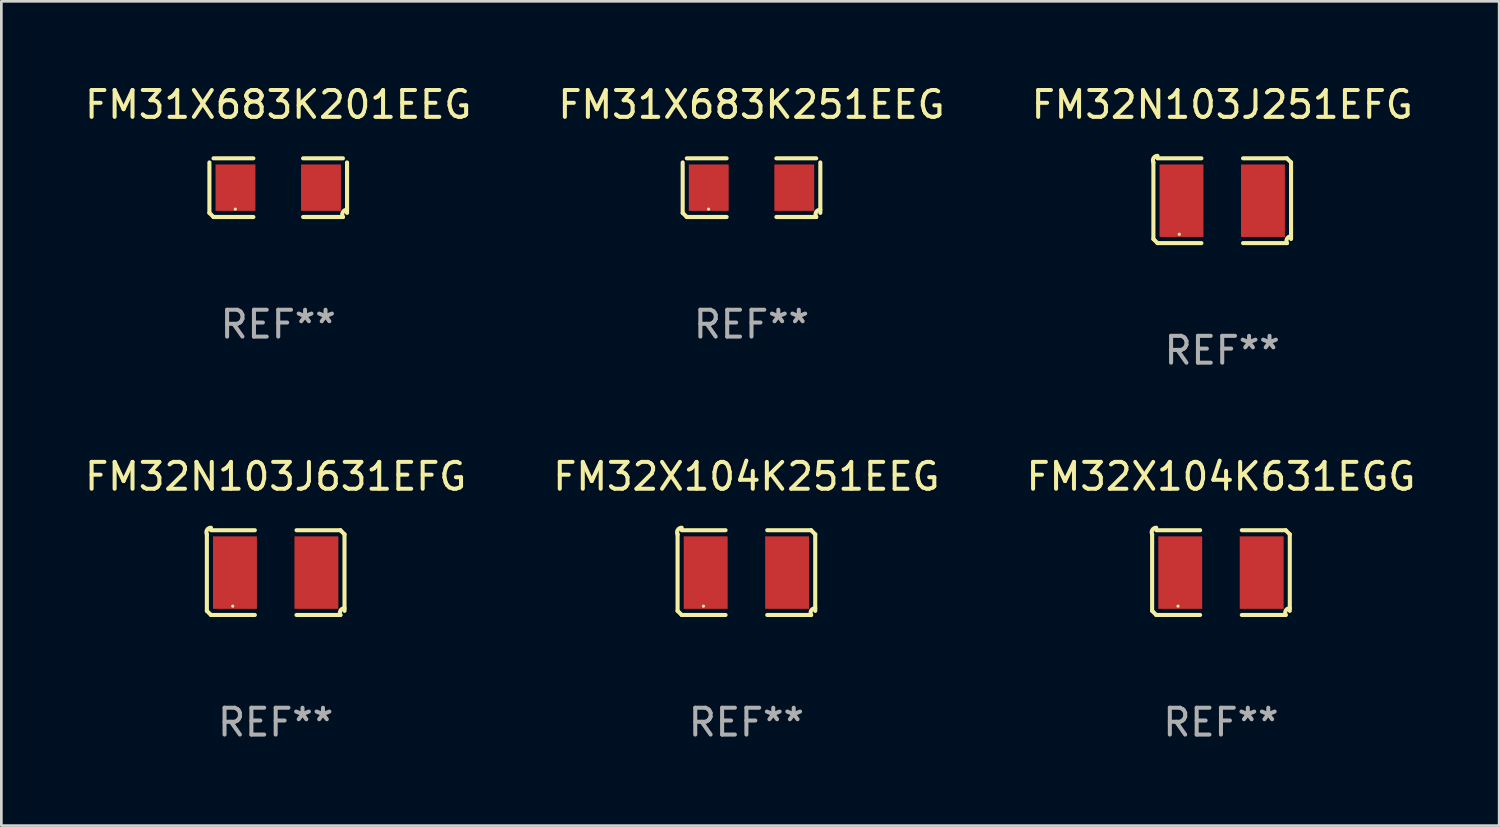
<source format=kicad_pcb>
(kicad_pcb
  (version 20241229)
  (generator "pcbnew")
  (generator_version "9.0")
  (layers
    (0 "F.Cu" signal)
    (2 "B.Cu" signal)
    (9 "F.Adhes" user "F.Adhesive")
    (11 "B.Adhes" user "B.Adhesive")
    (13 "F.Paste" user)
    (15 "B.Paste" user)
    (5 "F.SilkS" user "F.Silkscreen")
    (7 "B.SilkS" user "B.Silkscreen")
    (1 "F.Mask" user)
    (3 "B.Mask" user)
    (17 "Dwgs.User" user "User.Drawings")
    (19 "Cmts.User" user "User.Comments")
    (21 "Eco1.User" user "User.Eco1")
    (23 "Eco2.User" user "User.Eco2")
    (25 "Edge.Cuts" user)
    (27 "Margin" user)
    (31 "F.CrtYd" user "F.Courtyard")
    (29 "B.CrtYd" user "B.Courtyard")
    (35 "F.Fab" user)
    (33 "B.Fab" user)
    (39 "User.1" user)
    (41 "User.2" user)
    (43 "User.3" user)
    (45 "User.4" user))
  (footprint "FM31X683K201EEG"
    (layer "F.Cu")
    (at 7.315 3.941)
    (property "Reference" "FM31X683K201EEG" (at 0 -3.093 0) (layer "F.SilkS") (effects (font (size 1 1) (thickness 0.15))))
    (attr through_hole)
    (fp_line (start -2.564 0.94) (end -2.564 -0.94) (stroke (width 0.152) (type solid)) (layer "F.SilkS"))
    (fp_line (start -2.411 -1.093) (end -0.926 -1.093) (stroke (width 0.152) (type solid)) (layer "F.SilkS"))
    (fp_line (start -0.926 1.093) (end -2.411 1.093) (stroke (width 0.152) (type solid)) (layer "F.SilkS"))
    (fp_line (start 0.926 1.093) (end 2.411 1.093) (stroke (width 0.152) (type solid)) (layer "F.SilkS"))
    (fp_line (start 2.411 -1.093) (end 0.926 -1.093) (stroke (width 0.152) (type solid)) (layer "F.SilkS"))
    (fp_line (start 2.564 0.94) (end 2.564 -0.94) (stroke (width 0.152) (type solid)) (layer "F.SilkS"))
    (fp_arc (start -2.411201 1.092609) (mid -2.487413 1.01642) (end -2.563602 0.940208) (stroke (width 0.1524) (type solid)) (layer "F.SilkS"))
    (fp_arc (start 2.411201 1.092609) (mid 2.407159 0.911226) (end 2.563602 0.819347) (stroke (width 0.1524) (type solid)) (layer "F.SilkS"))
    (fp_circle (center -1.6 0.8) (end -1.57 0.8) (stroke (width 0.06) (type solid)) (fill no) (layer "F.SilkS"))
    (fp_text user "REF**" (at 0 5.093 0) (layer "F.Fab") (effects (font (size 1 1) (thickness 0.15))))
    (pad "1" smd rect (at -1.593 0) (size 1.485 1.728) (layers "F.Cu" "F.Mask" "F.Paste"))
    (pad "2" smd rect (at 1.593 0) (size 1.485 1.728) (layers "F.Cu" "F.Mask" "F.Paste")))
  (footprint "FM32X104K631EGG"
    (layer "F.Cu")
    (at 42.435 18.281)
    (property "Reference" "FM32X104K631EGG" (at 0 -3.579 0) (layer "F.SilkS") (effects (font (size 1 1) (thickness 0.15))))
    (attr through_hole)
    (fp_line (start -2.564 1.426) (end -2.564 -1.426) (stroke (width 0.152) (type solid)) (layer "F.SilkS"))
    (fp_line (start -2.411 -1.579) (end -0.776 -1.579) (stroke (width 0.152) (type solid)) (layer "F.SilkS"))
    (fp_line (start -0.776 1.579) (end -2.411 1.579) (stroke (width 0.152) (type solid)) (layer "F.SilkS"))
    (fp_line (start 0.776 1.579) (end 2.411 1.579) (stroke (width 0.152) (type solid)) (layer "F.SilkS"))
    (fp_line (start 2.411 -1.579) (end 0.776 -1.579) (stroke (width 0.152) (type solid)) (layer "F.SilkS"))
    (fp_line (start 2.564 1.426) (end 2.564 -1.426) (stroke (width 0.152) (type solid)) (layer "F.SilkS"))
    (fp_arc (start -2.563602 -1.426213) (mid -2.555597 -1.591233) (end -2.411201 -1.671518) (stroke (width 0.1524) (type solid)) (layer "F.SilkS"))
    (fp_arc (start -2.5636 1.426214) (mid -2.487389 1.502402) (end -2.411201 1.578613) (stroke (width 0.1524) (type solid)) (layer "F.SilkS"))
    (fp_arc (start 2.411197 -1.578618) (mid 2.487403 -1.502419) (end 2.563602 -1.426213) (stroke (width 0.1524) (type solid)) (layer "F.SilkS"))
    (fp_arc (start 2.411201 1.578613) (mid 2.416214 1.409455) (end 2.563602 1.32629) (stroke (width 0.1524) (type solid)) (layer "F.SilkS"))
    (fp_circle (center -1.6 1.25) (end -1.57 1.25) (stroke (width 0.06) (type solid)) (fill no) (layer "F.SilkS"))
    (fp_text user "REF**" (at 0 5.579 0) (layer "F.Fab") (effects (font (size 1 1) (thickness 0.15))))
    (pad "1" smd rect (at -1.517 0) (size 1.635 2.7) (layers "F.Cu" "F.Mask" "F.Paste"))
    (pad "2" smd rect (at 1.517 0) (size 1.635 2.7) (layers "F.Cu" "F.Mask" "F.Paste")))
  (footprint "FM32N103J631EFG"
    (layer "F.Cu")
    (at 7.22 18.281)
    (property "Reference" "FM32N103J631EFG" (at 0 -3.579 0) (layer "F.SilkS") (effects (font (size 1 1) (thickness 0.15))))
    (attr through_hole)
    (fp_line (start -2.564 1.426) (end -2.564 -1.426) (stroke (width 0.152) (type solid)) (layer "F.SilkS"))
    (fp_line (start -2.411 -1.579) (end -0.776 -1.579) (stroke (width 0.152) (type solid)) (layer "F.SilkS"))
    (fp_line (start -0.776 1.579) (end -2.411 1.579) (stroke (width 0.152) (type solid)) (layer "F.SilkS"))
    (fp_line (start 0.776 1.579) (end 2.411 1.579) (stroke (width 0.152) (type solid)) (layer "F.SilkS"))
    (fp_line (start 2.411 -1.579) (end 0.776 -1.579) (stroke (width 0.152) (type solid)) (layer "F.SilkS"))
    (fp_line (start 2.564 1.426) (end 2.564 -1.426) (stroke (width 0.152) (type solid)) (layer "F.SilkS"))
    (fp_arc (start -2.563602 -1.426213) (mid -2.555597 -1.591233) (end -2.411201 -1.671518) (stroke (width 0.1524) (type solid)) (layer "F.SilkS"))
    (fp_arc (start -2.5636 1.426214) (mid -2.487389 1.502402) (end -2.411201 1.578613) (stroke (width 0.1524) (type solid)) (layer "F.SilkS"))
    (fp_arc (start 2.411197 -1.578618) (mid 2.487403 -1.502419) (end 2.563602 -1.426213) (stroke (width 0.1524) (type solid)) (layer "F.SilkS"))
    (fp_arc (start 2.411201 1.578613) (mid 2.416214 1.409455) (end 2.563602 1.32629) (stroke (width 0.1524) (type solid)) (layer "F.SilkS"))
    (fp_circle (center -1.6 1.25) (end -1.57 1.25) (stroke (width 0.06) (type solid)) (fill no) (layer "F.SilkS"))
    (fp_text user "REF**" (at 0 5.579 0) (layer "F.Fab") (effects (font (size 1 1) (thickness 0.15))))
    (pad "1" smd rect (at -1.517 0) (size 1.635 2.7) (layers "F.Cu" "F.Mask" "F.Paste"))
    (pad "2" smd rect (at 1.517 0) (size 1.635 2.7) (layers "F.Cu" "F.Mask" "F.Paste")))
  (footprint "FM32N103J251EFG"
    (layer "F.Cu")
    (at 42.482 4.427)
    (property "Reference" "FM32N103J251EFG" (at 0 -3.579 0) (layer "F.SilkS") (effects (font (size 1 1) (thickness 0.15))))
    (attr through_hole)
    (fp_line (start -2.564 1.426) (end -2.564 -1.426) (stroke (width 0.152) (type solid)) (layer "F.SilkS"))
    (fp_line (start -2.411 -1.579) (end -0.776 -1.579) (stroke (width 0.152) (type solid)) (layer "F.SilkS"))
    (fp_line (start -0.776 1.579) (end -2.411 1.579) (stroke (width 0.152) (type solid)) (layer "F.SilkS"))
    (fp_line (start 0.776 1.579) (end 2.411 1.579) (stroke (width 0.152) (type solid)) (layer "F.SilkS"))
    (fp_line (start 2.411 -1.579) (end 0.776 -1.579) (stroke (width 0.152) (type solid)) (layer "F.SilkS"))
    (fp_line (start 2.564 1.426) (end 2.564 -1.426) (stroke (width 0.152) (type solid)) (layer "F.SilkS"))
    (fp_arc (start -2.563602 -1.426213) (mid -2.555597 -1.591233) (end -2.411201 -1.671518) (stroke (width 0.1524) (type solid)) (layer "F.SilkS"))
    (fp_arc (start -2.5636 1.426214) (mid -2.487389 1.502402) (end -2.411201 1.578613) (stroke (width 0.1524) (type solid)) (layer "F.SilkS"))
    (fp_arc (start 2.411197 -1.578618) (mid 2.487403 -1.502419) (end 2.563602 -1.426213) (stroke (width 0.1524) (type solid)) (layer "F.SilkS"))
    (fp_arc (start 2.411201 1.578613) (mid 2.416214 1.409455) (end 2.563602 1.32629) (stroke (width 0.1524) (type solid)) (layer "F.SilkS"))
    (fp_circle (center -1.6 1.25) (end -1.57 1.25) (stroke (width 0.06) (type solid)) (fill no) (layer "F.SilkS"))
    (fp_text user "REF**" (at 0 5.579 0) (layer "F.Fab") (effects (font (size 1 1) (thickness 0.15))))
    (pad "1" smd rect (at -1.517 0) (size 1.635 2.7) (layers "F.Cu" "F.Mask" "F.Paste"))
    (pad "2" smd rect (at 1.517 0) (size 1.635 2.7) (layers "F.Cu" "F.Mask" "F.Paste")))
  (footprint "FM31X683K251EEG"
    (layer "F.Cu")
    (at 24.946 3.941)
    (property "Reference" "FM31X683K251EEG" (at 0 -3.093 0) (layer "F.SilkS") (effects (font (size 1 1) (thickness 0.15))))
    (attr through_hole)
    (fp_line (start -2.564 0.94) (end -2.564 -0.94) (stroke (width 0.152) (type solid)) (layer "F.SilkS"))
    (fp_line (start -2.411 -1.093) (end -0.926 -1.093) (stroke (width 0.152) (type solid)) (layer "F.SilkS"))
    (fp_line (start -0.926 1.093) (end -2.411 1.093) (stroke (width 0.152) (type solid)) (layer "F.SilkS"))
    (fp_line (start 0.926 1.093) (end 2.411 1.093) (stroke (width 0.152) (type solid)) (layer "F.SilkS"))
    (fp_line (start 2.411 -1.093) (end 0.926 -1.093) (stroke (width 0.152) (type solid)) (layer "F.SilkS"))
    (fp_line (start 2.564 0.94) (end 2.564 -0.94) (stroke (width 0.152) (type solid)) (layer "F.SilkS"))
    (fp_arc (start -2.411201 1.092609) (mid -2.487413 1.01642) (end -2.563602 0.940208) (stroke (width 0.1524) (type solid)) (layer "F.SilkS"))
    (fp_arc (start 2.411201 1.092609) (mid 2.407159 0.911226) (end 2.563602 0.819347) (stroke (width 0.1524) (type solid)) (layer "F.SilkS"))
    (fp_circle (center -1.6 0.8) (end -1.57 0.8) (stroke (width 0.06) (type solid)) (fill no) (layer "F.SilkS"))
    (fp_text user "REF**" (at 0 5.093 0) (layer "F.Fab") (effects (font (size 1 1) (thickness 0.15))))
    (pad "1" smd rect (at -1.593 0) (size 1.485 1.728) (layers "F.Cu" "F.Mask" "F.Paste"))
    (pad "2" smd rect (at 1.593 0) (size 1.485 1.728) (layers "F.Cu" "F.Mask" "F.Paste")))
  (footprint "FM32X104K251EEG"
    (layer "F.Cu")
    (at 24.756 18.281)
    (property "Reference" "FM32X104K251EEG" (at 0 -3.579 0) (layer "F.SilkS") (effects (font (size 1 1) (thickness 0.15))))
    (attr through_hole)
    (fp_line (start -2.564 1.426) (end -2.564 -1.426) (stroke (width 0.152) (type solid)) (layer "F.SilkS"))
    (fp_line (start -2.411 -1.579) (end -0.776 -1.579) (stroke (width 0.152) (type solid)) (layer "F.SilkS"))
    (fp_line (start -0.776 1.579) (end -2.411 1.579) (stroke (width 0.152) (type solid)) (layer "F.SilkS"))
    (fp_line (start 0.776 1.579) (end 2.411 1.579) (stroke (width 0.152) (type solid)) (layer "F.SilkS"))
    (fp_line (start 2.411 -1.579) (end 0.776 -1.579) (stroke (width 0.152) (type solid)) (layer "F.SilkS"))
    (fp_line (start 2.564 1.426) (end 2.564 -1.426) (stroke (width 0.152) (type solid)) (layer "F.SilkS"))
    (fp_arc (start -2.563602 -1.426213) (mid -2.555597 -1.591233) (end -2.411201 -1.671518) (stroke (width 0.1524) (type solid)) (layer "F.SilkS"))
    (fp_arc (start -2.5636 1.426214) (mid -2.487389 1.502402) (end -2.411201 1.578613) (stroke (width 0.1524) (type solid)) (layer "F.SilkS"))
    (fp_arc (start 2.411197 -1.578618) (mid 2.487403 -1.502419) (end 2.563602 -1.426213) (stroke (width 0.1524) (type solid)) (layer "F.SilkS"))
    (fp_arc (start 2.411201 1.578613) (mid 2.416214 1.409455) (end 2.563602 1.32629) (stroke (width 0.1524) (type solid)) (layer "F.SilkS"))
    (fp_circle (center -1.6 1.25) (end -1.57 1.25) (stroke (width 0.06) (type solid)) (fill no) (layer "F.SilkS"))
    (fp_text user "REF**" (at 0 5.579 0) (layer "F.Fab") (effects (font (size 1 1) (thickness 0.15))))
    (pad "1" smd rect (at -1.517 0) (size 1.635 2.7) (layers "F.Cu" "F.Mask" "F.Paste"))
    (pad "2" smd rect (at 1.517 0) (size 1.635 2.7) (layers "F.Cu" "F.Mask" "F.Paste")))
  (gr_rect
    (start -3 -3)
    (end 52.798 27.707)
    (stroke (width 0.1) (type default))
    (fill no)
    (layer "Edge.Cuts")))
</source>
